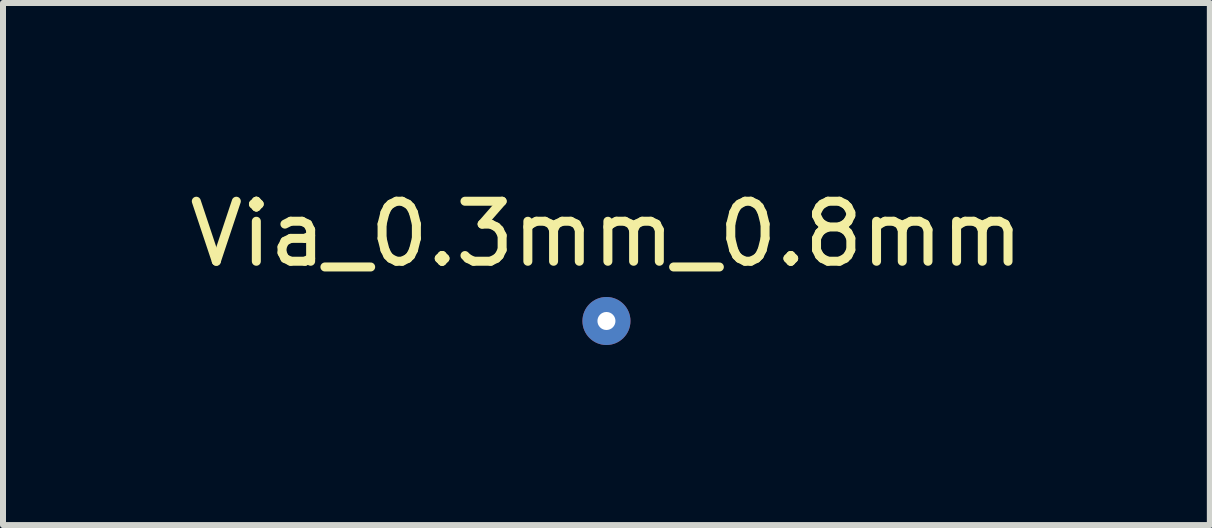
<source format=kicad_pcb>
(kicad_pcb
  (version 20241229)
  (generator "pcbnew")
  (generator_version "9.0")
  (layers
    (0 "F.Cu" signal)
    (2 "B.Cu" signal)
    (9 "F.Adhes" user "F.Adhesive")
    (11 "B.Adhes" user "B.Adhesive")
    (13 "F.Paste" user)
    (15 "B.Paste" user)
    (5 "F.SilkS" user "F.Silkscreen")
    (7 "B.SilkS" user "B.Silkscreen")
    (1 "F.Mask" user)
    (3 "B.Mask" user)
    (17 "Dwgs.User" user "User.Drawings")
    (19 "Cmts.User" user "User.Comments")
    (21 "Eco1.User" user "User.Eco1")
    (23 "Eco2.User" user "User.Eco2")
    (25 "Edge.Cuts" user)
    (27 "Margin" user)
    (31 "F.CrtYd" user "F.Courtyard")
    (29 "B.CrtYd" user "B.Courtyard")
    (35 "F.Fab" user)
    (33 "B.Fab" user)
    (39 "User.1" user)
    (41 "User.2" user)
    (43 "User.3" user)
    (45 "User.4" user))
  (footprint "Via_0.3mm_0.8mm"
    (layer "F.Cu")
    (at 7.054 2.298)
    (property "Reference" "Via_0.3mm_0.8mm" (at 0 -1.45 0) (layer "F.SilkS") (effects (font (size 1 1) (thickness 0.15))))
    (attr through_hole)
    (pad "1" thru_hole circle (at 0 0) (size 0.8 0.8) (drill 0.3) (layers "*.Cu" "*.Mask")))
  (gr_rect
    (start -3 -3)
    (end 17.107 5.698)
    (stroke (width 0.1) (type default))
    (fill no)
    (layer "Edge.Cuts")))
</source>
